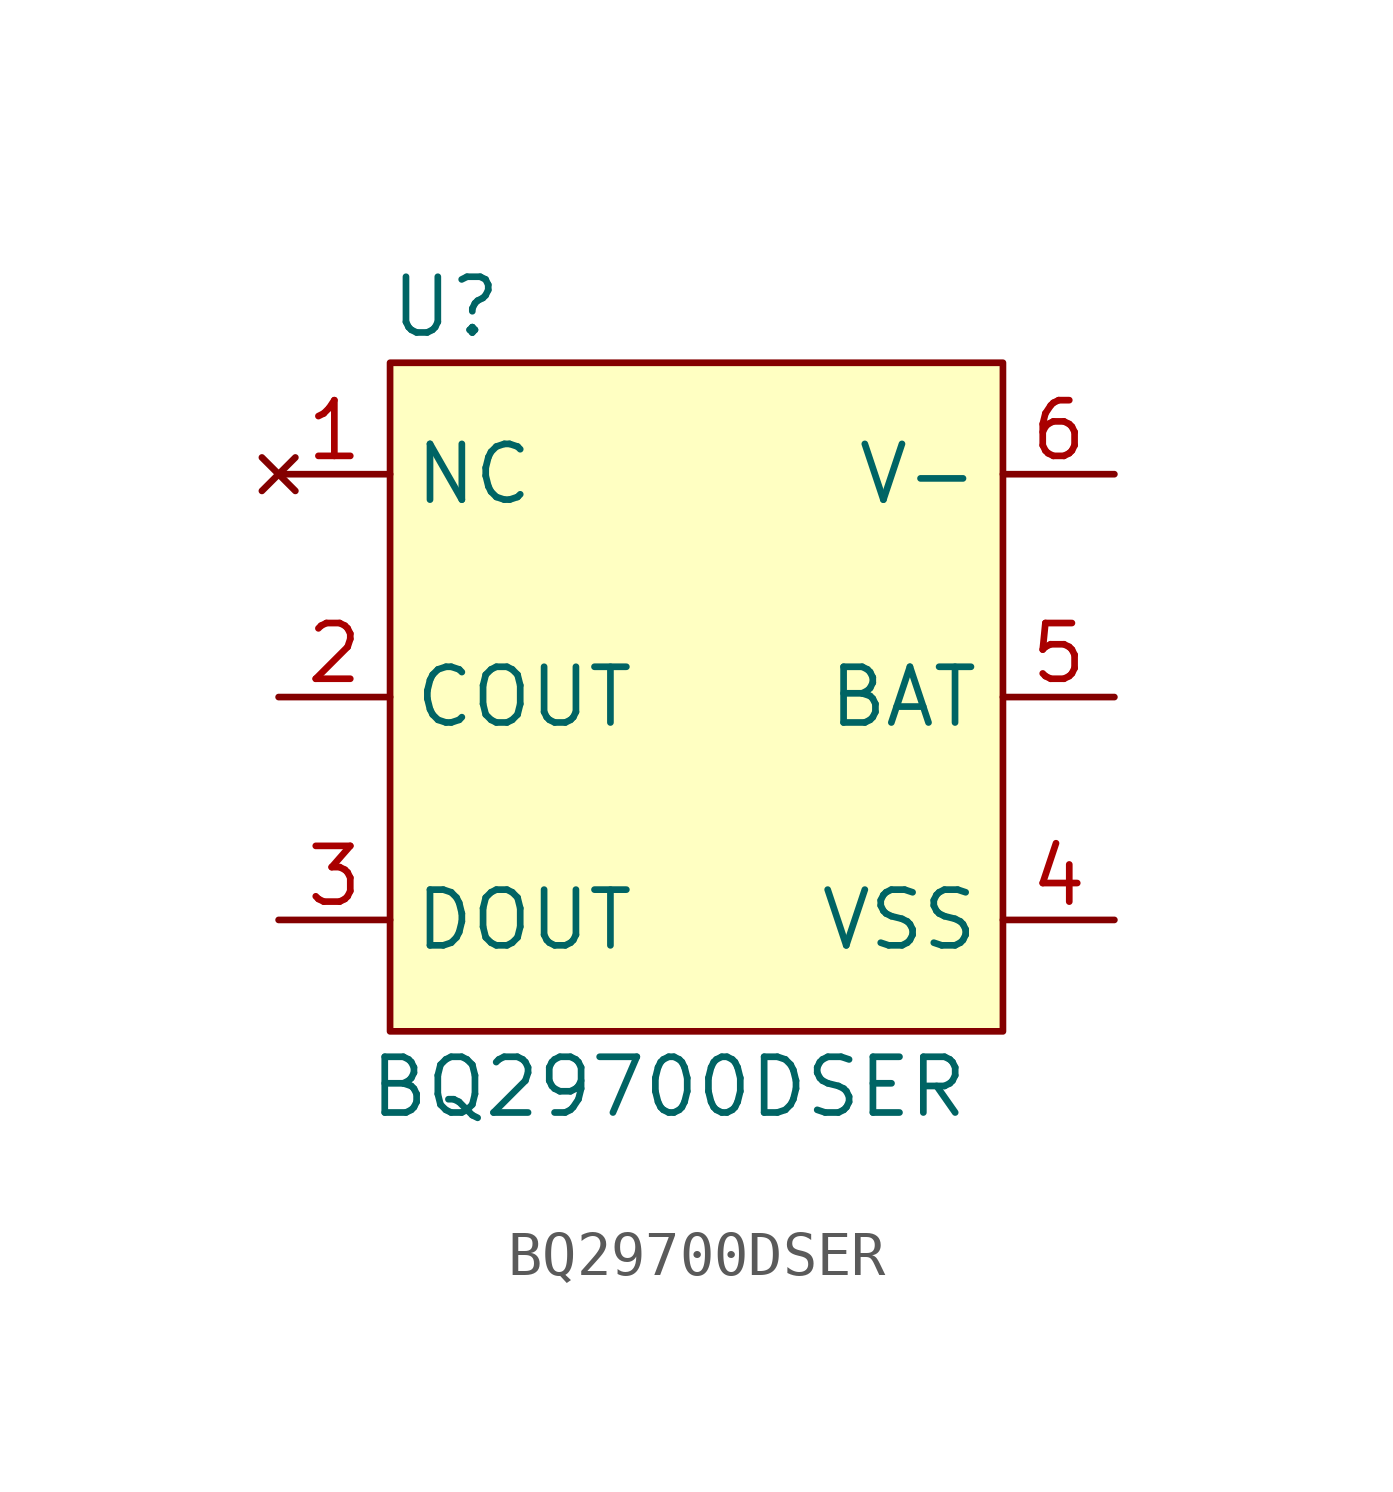
<source format=kicad_sym>
(kicad_symbol_lib
  (version 20211014)
  (generator kicad_symbol_editor)
  (symbol "BQ29700DSER"
    (property "Reference" "U"
      (at 1.27 3.81 0)
      (effects (font (size 1.27 1.27))))
    (property "Value" "BQ29700DSER"
      (at 6.35 -13.97 0)
      (effects (font (size 1.27 1.27))))
    (symbol "BQ29700DSER_0_1"
      (rectangle (start 0 2.54) (end 13.97 -12.7) (stroke (width 0) (type default) (color 0 0 0 0)) (fill (type background))))
    (symbol "BQ29700DSER_1_1"
      (pin no_connect line (at -2.54 0 0) (length 2.54) (name "NC" (effects (font (size 1.27 1.27)))) (number "1" (effects (font (size 1.27 1.27)))))
      (pin output line (at -2.54 -5.08 0) (length 2.54) (name "COUT" (effects (font (size 1.27 1.27)))) (number "2" (effects (font (size 1.27 1.27)))))
      (pin output line (at -2.54 -10.16 0) (length 2.54) (name "DOUT" (effects (font (size 1.27 1.27)))) (number "3" (effects (font (size 1.27 1.27)))))
      (pin output line (at 16.51 -10.16 180) (length 2.54) (name "VSS" (effects (font (size 1.27 1.27)))) (number "4" (effects (font (size 1.27 1.27)))))
      (pin output line (at 16.51 -5.08 180) (length 2.54) (name "BAT" (effects (font (size 1.27 1.27)))) (number "5" (effects (font (size 1.27 1.27)))))
      (pin output line (at 16.51 0 180) (length 2.54) (name "V-" (effects (font (size 1.27 1.27)))) (number "6" (effects (font (size 1.27 1.27))))))))
</source>
